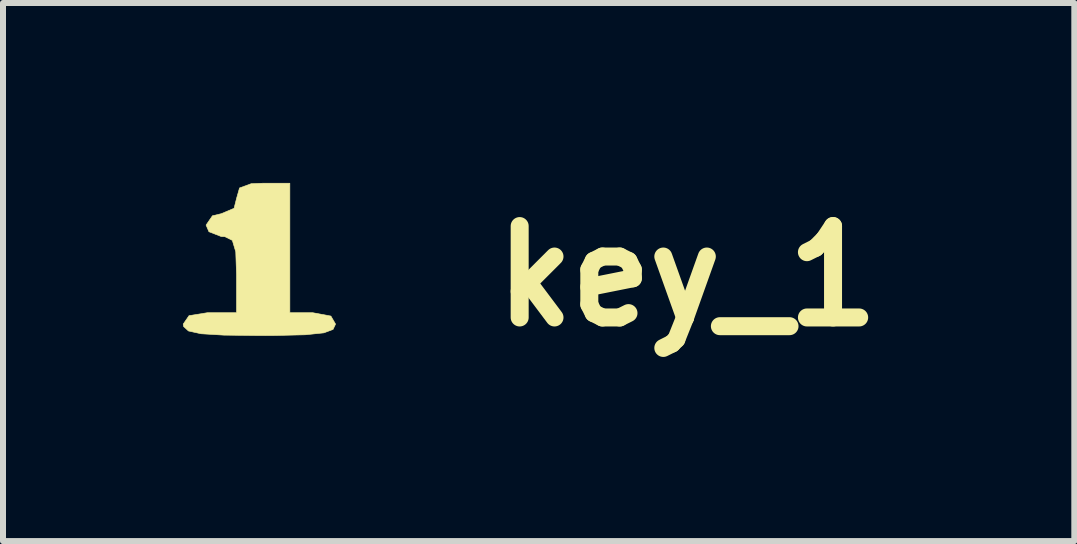
<source format=kicad_pcb>
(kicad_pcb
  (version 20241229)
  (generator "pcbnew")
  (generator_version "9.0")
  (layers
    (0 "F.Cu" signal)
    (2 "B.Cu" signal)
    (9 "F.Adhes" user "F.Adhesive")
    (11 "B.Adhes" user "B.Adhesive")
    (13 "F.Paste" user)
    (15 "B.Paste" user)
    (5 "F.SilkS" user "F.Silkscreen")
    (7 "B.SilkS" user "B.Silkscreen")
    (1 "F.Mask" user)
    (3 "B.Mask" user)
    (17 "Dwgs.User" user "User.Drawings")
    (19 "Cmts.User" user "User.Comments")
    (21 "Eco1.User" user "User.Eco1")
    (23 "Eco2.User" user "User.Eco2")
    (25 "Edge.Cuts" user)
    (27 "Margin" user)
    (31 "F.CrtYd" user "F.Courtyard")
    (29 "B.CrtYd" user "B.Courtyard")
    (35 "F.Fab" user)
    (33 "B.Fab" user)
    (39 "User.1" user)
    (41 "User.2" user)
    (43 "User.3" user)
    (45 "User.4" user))
  (footprint "key_1"
    (layer "F.Cu")
    (at 1.297 1.554)
    (property "Reference" "key_1" (at 7.112 0 0) (layer "F.SilkS") (effects (font (size 1.524 1.524) (thickness 0.3))))
    (attr through_hole)
    (fp_poly (pts (xy 0.486 0.61) (xy 0.867 0.61) (xy 1.17 0.666) (xy 1.248 0.8) (xy 1.206 0.889) (xy 1.053 0.946) (xy 0.745 0.978) (xy 0.243 0.99) (xy -0.022 0.991) (xy -0.614 0.984) (xy -0.994 0.961) (xy -1.204 0.915) (xy -1.286 0.84) (xy -1.292 0.8) (xy -1.195 0.659) (xy -0.888 0.61) (xy -0.847 0.61) (xy -0.403 0.61) (xy -0.403 -0.025) (xy -0.416 -0.406) (xy -0.473 -0.596) (xy -0.598 -0.658) (xy -0.657 -0.66) (xy -0.863 -0.74) (xy -0.911 -0.851) (xy -0.805 -1.006) (xy -0.657 -1.041) (xy -0.444 -1.131) (xy -0.403 -1.295) (xy -0.353 -1.47) (xy -0.159 -1.541) (xy 0.042 -1.549) (xy 0.486 -1.549) (xy 0.486 0.61)) (stroke (width 0.01) (type solid)) (fill yes) (layer "F.SilkS")))
  (gr_rect
    (start -3 -3)
    (end 14.863 5.972)
    (stroke (width 0.1) (type default))
    (fill no)
    (layer "Edge.Cuts")))
</source>
